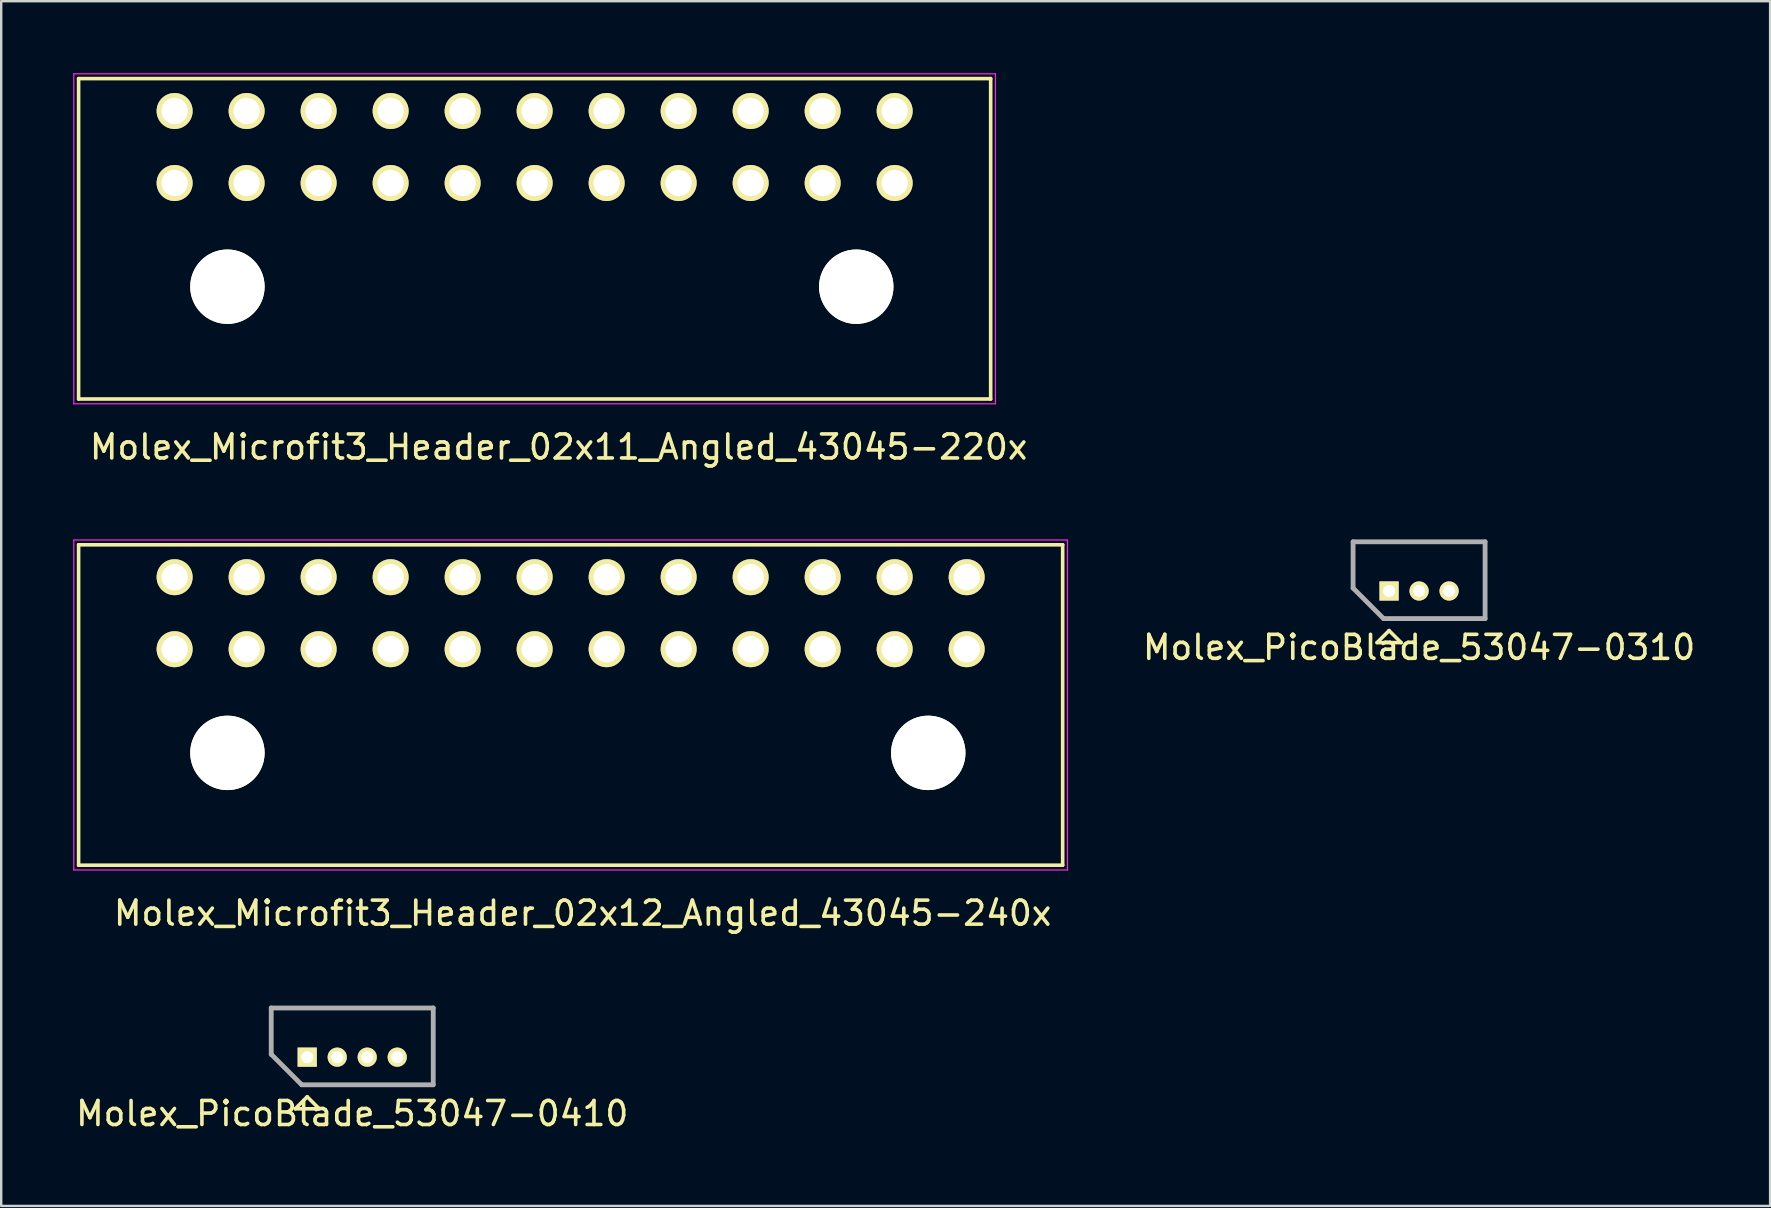
<source format=kicad_pcb>
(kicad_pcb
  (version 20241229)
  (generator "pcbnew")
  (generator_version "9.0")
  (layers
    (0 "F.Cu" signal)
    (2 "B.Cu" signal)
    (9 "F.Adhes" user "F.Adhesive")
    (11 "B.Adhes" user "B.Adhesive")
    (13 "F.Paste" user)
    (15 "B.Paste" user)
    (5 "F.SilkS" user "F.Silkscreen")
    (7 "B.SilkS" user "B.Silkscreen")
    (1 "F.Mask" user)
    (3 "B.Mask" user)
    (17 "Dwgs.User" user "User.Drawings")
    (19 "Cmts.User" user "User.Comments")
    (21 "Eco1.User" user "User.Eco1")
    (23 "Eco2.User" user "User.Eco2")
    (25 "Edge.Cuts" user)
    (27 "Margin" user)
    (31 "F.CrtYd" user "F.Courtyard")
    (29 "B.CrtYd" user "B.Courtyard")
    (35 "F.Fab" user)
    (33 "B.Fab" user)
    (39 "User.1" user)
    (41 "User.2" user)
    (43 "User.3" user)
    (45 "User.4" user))
  (footprint "Molex_Microfit3_Header_02x11_Angled_43045-220x"
    (layer "F.Cu")
    (at 34.225 4.575)
    (property "Reference" "Molex_Microfit3_Header_02x11_Angled_43045-220x" (at -14 11 0) (layer "F.SilkS") (effects (font (size 1 1) (thickness 0.15))))
    (attr through_hole)
    (fp_line (start -34 -4.35) (end 4 -4.35) (stroke (width 0.15) (type solid)) (layer "F.SilkS"))
    (fp_line (start -34 9) (end -34 -4.35) (stroke (width 0.15) (type solid)) (layer "F.SilkS"))
    (fp_line (start 4 -4.35) (end 4 9) (stroke (width 0.15) (type solid)) (layer "F.SilkS"))
    (fp_line (start 4 9) (end -34 9) (stroke (width 0.15) (type solid)) (layer "F.SilkS"))
    (fp_line (start -34.2 -4.55) (end -34.2 9.2) (stroke (width 0.05) (type solid)) (layer "F.CrtYd"))
    (fp_line (start -34.2 9.2) (end 4.2 9.2) (stroke (width 0.05) (type solid)) (layer "F.CrtYd"))
    (fp_line (start 4.2 -4.55) (end -34.2 -4.55) (stroke (width 0.05) (type solid)) (layer "F.CrtYd"))
    (fp_line (start 4.2 9.2) (end 4.2 -4.55) (stroke (width 0.05) (type solid)) (layer "F.CrtYd"))
    (pad "" np_thru_hole circle (at -27.8 4.32) (size 3.1 3.1) (drill 3.1) (layers "*.Cu" "*.Mask" "F.SilkS"))
    (pad "" np_thru_hole circle (at -1.6 4.32) (size 3.1 3.1) (drill 3.1) (layers "*.Cu" "*.Mask" "F.SilkS"))
    (pad "1" thru_hole circle (at 0 0) (size 1.5 1.5) (drill 1.1) (layers "*.Cu" "*.Mask" "F.SilkS"))
    (pad "2" thru_hole circle (at -3 0) (size 1.5 1.5) (drill 1.1) (layers "*.Cu" "*.Mask" "F.SilkS"))
    (pad "3" thru_hole circle (at -6 0) (size 1.5 1.5) (drill 1.1) (layers "*.Cu" "*.Mask" "F.SilkS"))
    (pad "4" thru_hole circle (at -9 0) (size 1.5 1.5) (drill 1.1) (layers "*.Cu" "*.Mask" "F.SilkS"))
    (pad "5" thru_hole circle (at -12 0) (size 1.5 1.5) (drill 1.1) (layers "*.Cu" "*.Mask" "F.SilkS"))
    (pad "6" thru_hole circle (at -15 0) (size 1.5 1.5) (drill 1.1) (layers "*.Cu" "*.Mask" "F.SilkS"))
    (pad "7" thru_hole circle (at -18 0) (size 1.5 1.5) (drill 1.1) (layers "*.Cu" "*.Mask" "F.SilkS"))
    (pad "8" thru_hole circle (at -21 0) (size 1.5 1.5) (drill 1.1) (layers "*.Cu" "*.Mask" "F.SilkS"))
    (pad "9" thru_hole circle (at -24 0) (size 1.5 1.5) (drill 1.1) (layers "*.Cu" "*.Mask" "F.SilkS"))
    (pad "10" thru_hole circle (at -27 0) (size 1.5 1.5) (drill 1.1) (layers "*.Cu" "*.Mask" "F.SilkS"))
    (pad "11" thru_hole circle (at -30 0) (size 1.5 1.5) (drill 1.1) (layers "*.Cu" "*.Mask" "F.SilkS"))
    (pad "12" thru_hole circle (at 0 -3) (size 1.5 1.5) (drill 1.1) (layers "*.Cu" "*.Mask" "F.SilkS"))
    (pad "13" thru_hole circle (at -3 -3) (size 1.5 1.5) (drill 1.1) (layers "*.Cu" "*.Mask" "F.SilkS"))
    (pad "14" thru_hole circle (at -6 -3) (size 1.5 1.5) (drill 1.1) (layers "*.Cu" "*.Mask" "F.SilkS"))
    (pad "15" thru_hole circle (at -9 -3) (size 1.5 1.5) (drill 1.1) (layers "*.Cu" "*.Mask" "F.SilkS"))
    (pad "16" thru_hole circle (at -12 -3) (size 1.5 1.5) (drill 1.1) (layers "*.Cu" "*.Mask" "F.SilkS"))
    (pad "17" thru_hole circle (at -15 -3) (size 1.5 1.5) (drill 1.1) (layers "*.Cu" "*.Mask" "F.SilkS"))
    (pad "18" thru_hole circle (at -18 -3) (size 1.5 1.5) (drill 1.1) (layers "*.Cu" "*.Mask" "F.SilkS"))
    (pad "19" thru_hole circle (at -21 -3) (size 1.5 1.5) (drill 1.1) (layers "*.Cu" "*.Mask" "F.SilkS"))
    (pad "20" thru_hole circle (at -24 -3) (size 1.5 1.5) (drill 1.1) (layers "*.Cu" "*.Mask" "F.SilkS"))
    (pad "21" thru_hole circle (at -27 -3) (size 1.5 1.5) (drill 1.1) (layers "*.Cu" "*.Mask" "F.SilkS"))
    (pad "22" thru_hole circle (at -30 -3) (size 1.5 1.5) (drill 1.1) (layers "*.Cu" "*.Mask" "F.SilkS")))
  (footprint "Molex_Microfit3_Header_02x12_Angled_43045-240x"
    (layer "F.Cu")
    (at 37.225 23.998)
    (property "Reference" "Molex_Microfit3_Header_02x12_Angled_43045-240x" (at -16 11 0) (layer "F.SilkS") (effects (font (size 1 1) (thickness 0.15))))
    (attr through_hole)
    (fp_line (start -37 -4.35) (end 4 -4.35) (stroke (width 0.15) (type solid)) (layer "F.SilkS"))
    (fp_line (start -37 9) (end -37 -4.35) (stroke (width 0.15) (type solid)) (layer "F.SilkS"))
    (fp_line (start 4 -4.35) (end 4 9) (stroke (width 0.15) (type solid)) (layer "F.SilkS"))
    (fp_line (start 4 9) (end -37 9) (stroke (width 0.15) (type solid)) (layer "F.SilkS"))
    (fp_line (start -37.2 -4.55) (end -37.2 9.2) (stroke (width 0.05) (type solid)) (layer "F.CrtYd"))
    (fp_line (start -37.2 9.2) (end 4.2 9.2) (stroke (width 0.05) (type solid)) (layer "F.CrtYd"))
    (fp_line (start 4.2 -4.55) (end -37.2 -4.55) (stroke (width 0.05) (type solid)) (layer "F.CrtYd"))
    (fp_line (start 4.2 9.2) (end 4.2 -4.55) (stroke (width 0.05) (type solid)) (layer "F.CrtYd"))
    (pad "" np_thru_hole circle (at -30.8 4.32) (size 3.1 3.1) (drill 3.1) (layers "*.Cu" "*.Mask" "F.SilkS"))
    (pad "" np_thru_hole circle (at -1.6 4.32) (size 3.1 3.1) (drill 3.1) (layers "*.Cu" "*.Mask" "F.SilkS"))
    (pad "1" thru_hole circle (at 0 0) (size 1.5 1.5) (drill 1.1) (layers "*.Cu" "*.Mask" "F.SilkS"))
    (pad "2" thru_hole circle (at -3 0) (size 1.5 1.5) (drill 1.1) (layers "*.Cu" "*.Mask" "F.SilkS"))
    (pad "3" thru_hole circle (at -6 0) (size 1.5 1.5) (drill 1.1) (layers "*.Cu" "*.Mask" "F.SilkS"))
    (pad "4" thru_hole circle (at -9 0) (size 1.5 1.5) (drill 1.1) (layers "*.Cu" "*.Mask" "F.SilkS"))
    (pad "5" thru_hole circle (at -12 0) (size 1.5 1.5) (drill 1.1) (layers "*.Cu" "*.Mask" "F.SilkS"))
    (pad "6" thru_hole circle (at -15 0) (size 1.5 1.5) (drill 1.1) (layers "*.Cu" "*.Mask" "F.SilkS"))
    (pad "7" thru_hole circle (at -18 0) (size 1.5 1.5) (drill 1.1) (layers "*.Cu" "*.Mask" "F.SilkS"))
    (pad "8" thru_hole circle (at -21 0) (size 1.5 1.5) (drill 1.1) (layers "*.Cu" "*.Mask" "F.SilkS"))
    (pad "9" thru_hole circle (at -24 0) (size 1.5 1.5) (drill 1.1) (layers "*.Cu" "*.Mask" "F.SilkS"))
    (pad "10" thru_hole circle (at -27 0) (size 1.5 1.5) (drill 1.1) (layers "*.Cu" "*.Mask" "F.SilkS"))
    (pad "11" thru_hole circle (at -30 0) (size 1.5 1.5) (drill 1.1) (layers "*.Cu" "*.Mask" "F.SilkS"))
    (pad "12" thru_hole circle (at -33 0) (size 1.5 1.5) (drill 1.1) (layers "*.Cu" "*.Mask" "F.SilkS"))
    (pad "13" thru_hole circle (at 0 -3) (size 1.5 1.5) (drill 1.1) (layers "*.Cu" "*.Mask" "F.SilkS"))
    (pad "14" thru_hole circle (at -3 -3) (size 1.5 1.5) (drill 1.1) (layers "*.Cu" "*.Mask" "F.SilkS"))
    (pad "15" thru_hole circle (at -6 -3) (size 1.5 1.5) (drill 1.1) (layers "*.Cu" "*.Mask" "F.SilkS"))
    (pad "16" thru_hole circle (at -9 -3) (size 1.5 1.5) (drill 1.1) (layers "*.Cu" "*.Mask" "F.SilkS"))
    (pad "17" thru_hole circle (at -12 -3) (size 1.5 1.5) (drill 1.1) (layers "*.Cu" "*.Mask" "F.SilkS"))
    (pad "18" thru_hole circle (at -15 -3) (size 1.5 1.5) (drill 1.1) (layers "*.Cu" "*.Mask" "F.SilkS"))
    (pad "19" thru_hole circle (at -18 -3) (size 1.5 1.5) (drill 1.1) (layers "*.Cu" "*.Mask" "F.SilkS"))
    (pad "20" thru_hole circle (at -21 -3) (size 1.5 1.5) (drill 1.1) (layers "*.Cu" "*.Mask" "F.SilkS"))
    (pad "21" thru_hole circle (at -24 -3) (size 1.5 1.5) (drill 1.1) (layers "*.Cu" "*.Mask" "F.SilkS"))
    (pad "22" thru_hole circle (at -27 -3) (size 1.5 1.5) (drill 1.1) (layers "*.Cu" "*.Mask" "F.SilkS"))
    (pad "23" thru_hole circle (at -30 -3) (size 1.5 1.5) (drill 1.1) (layers "*.Cu" "*.Mask" "F.SilkS"))
    (pad "24" thru_hole circle (at -33 -3) (size 1.5 1.5) (drill 1.1) (layers "*.Cu" "*.Mask" "F.SilkS")))
  (footprint "Molex_PicoBlade_53047-0410"
    (layer "F.Cu")
    (at 9.75 40.996)
    (property "Reference" "Molex_PicoBlade_53047-0410" (at 1.875 2.35 0) (layer "F.SilkS") (effects (font (size 1 1) (thickness 0.15))))
    (attr through_hole)
    (fp_line (start -1.5 -2.05) (end 5.25 -2.05) (stroke (width 0.15) (type solid)) (layer "F.SilkS"))
    (fp_line (start -1.5 -0.12) (end -1.5 -2.05) (stroke (width 0.15) (type solid)) (layer "F.SilkS"))
    (fp_line (start -0.5 2.15) (end 0 1.65) (stroke (width 0.15) (type solid)) (layer "F.SilkS"))
    (fp_line (start 0 1.65) (end 0.5 2.15) (stroke (width 0.15) (type solid)) (layer "F.SilkS"))
    (fp_line (start 0.5 2.15) (end -0.5 2.15) (stroke (width 0.15) (type solid)) (layer "F.SilkS"))
    (fp_line (start 5.25 -2.05) (end 5.25 1.15) (stroke (width 0.15) (type solid)) (layer "F.SilkS"))
    (fp_line (start 5.25 1.15) (end -0.23 1.15) (stroke (width 0.15) (type solid)) (layer "F.SilkS"))
    (fp_line (start -1.5 -2.05) (end 5.25 -2.05) (stroke (width 0.2) (type solid)) (layer "F.Fab"))
    (fp_line (start -1.5 -0.12) (end -1.5 -2.05) (stroke (width 0.2) (type solid)) (layer "F.Fab"))
    (fp_line (start -0.23 1.15) (end -1.5 -0.12) (stroke (width 0.2) (type solid)) (layer "F.Fab"))
    (fp_line (start 5.25 -2.05) (end 5.25 1.15) (stroke (width 0.2) (type solid)) (layer "F.Fab"))
    (fp_line (start 5.25 1.15) (end -0.23 1.15) (stroke (width 0.2) (type solid)) (layer "F.Fab"))
    (pad "1" thru_hole rect (at 0 0) (size 0.8 0.8) (drill 0.5) (layers "*.Cu" "*.Mask" "F.SilkS"))
    (pad "2" thru_hole oval (at 1.25 0) (size 0.8 0.8) (drill 0.5) (layers "*.Cu" "*.Mask" "F.SilkS"))
    (pad "3" thru_hole oval (at 2.5 0) (size 0.8 0.8) (drill 0.5) (layers "*.Cu" "*.Mask" "F.SilkS"))
    (pad "4" thru_hole oval (at 3.75 0) (size 0.8 0.8) (drill 0.5) (layers "*.Cu" "*.Mask" "F.SilkS")))
  (footprint "Molex_PicoBlade_53047-0310"
    (layer "F.Cu")
    (at 54.825 21.573)
    (property "Reference" "Molex_PicoBlade_53047-0310" (at 1.25 2.35 0) (layer "F.SilkS") (effects (font (size 1 1) (thickness 0.15))))
    (attr through_hole)
    (fp_line (start -1.5 -2.05) (end 4 -2.05) (stroke (width 0.15) (type solid)) (layer "F.SilkS"))
    (fp_line (start -1.5 -0.12) (end -1.5 -2.05) (stroke (width 0.15) (type solid)) (layer "F.SilkS"))
    (fp_line (start -0.5 2.15) (end 0 1.65) (stroke (width 0.15) (type solid)) (layer "F.SilkS"))
    (fp_line (start 0 1.65) (end 0.5 2.15) (stroke (width 0.15) (type solid)) (layer "F.SilkS"))
    (fp_line (start 0.5 2.15) (end -0.5 2.15) (stroke (width 0.15) (type solid)) (layer "F.SilkS"))
    (fp_line (start 4 -2.05) (end 4 1.15) (stroke (width 0.15) (type solid)) (layer "F.SilkS"))
    (fp_line (start 4 1.15) (end -0.23 1.15) (stroke (width 0.15) (type solid)) (layer "F.SilkS"))
    (fp_line (start -1.5 -2.05) (end 4 -2.05) (stroke (width 0.2) (type solid)) (layer "F.Fab"))
    (fp_line (start -1.5 -0.12) (end -1.5 -2.05) (stroke (width 0.2) (type solid)) (layer "F.Fab"))
    (fp_line (start -0.23 1.15) (end -1.5 -0.12) (stroke (width 0.2) (type solid)) (layer "F.Fab"))
    (fp_line (start 4 -2.05) (end 4 1.15) (stroke (width 0.2) (type solid)) (layer "F.Fab"))
    (fp_line (start 4 1.15) (end -0.23 1.15) (stroke (width 0.2) (type solid)) (layer "F.Fab"))
    (pad "1" thru_hole rect (at 0 0) (size 0.8 0.8) (drill 0.5) (layers "*.Cu" "*.Mask" "F.SilkS"))
    (pad "2" thru_hole oval (at 1.25 0) (size 0.8 0.8) (drill 0.5) (layers "*.Cu" "*.Mask" "F.SilkS"))
    (pad "3" thru_hole oval (at 2.5 0) (size 0.8 0.8) (drill 0.5) (layers "*.Cu" "*.Mask" "F.SilkS")))
  (gr_rect
    (start -3 -3)
    (end 70.7 47.195)
    (stroke (width 0.1) (type default))
    (fill no)
    (layer "Edge.Cuts")))
</source>
